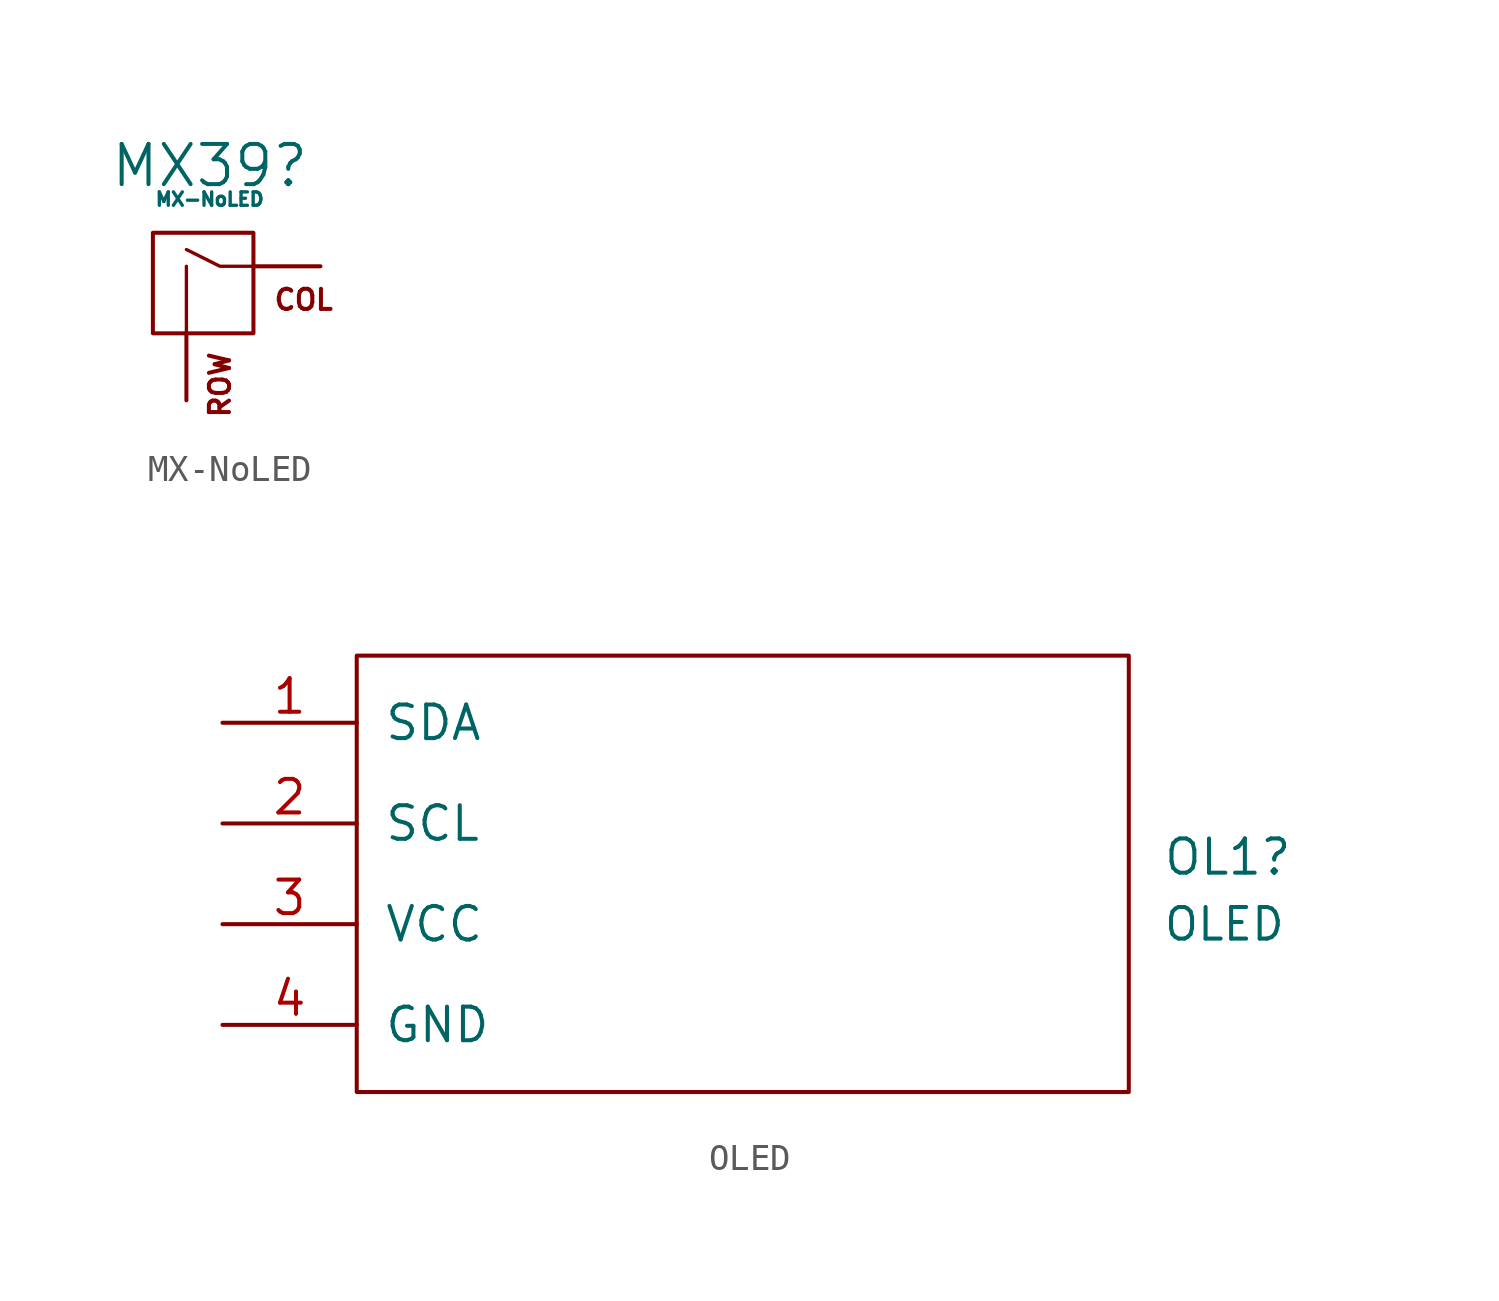
<source format=kicad_sym>
(kicad_symbol_lib
  (version 20201005)
  (generator kicad_symbol_editor)
  (symbol "static:MX-NoLED"
    (pin_names
      (offset 1.016))
    (property "Reference" "MX39"
      (at -0.385 5.08 0)
      (effects (font (size 1.524 1.524))))
    (property "Value" "MX-NoLED"
      (at -0.385 3.81 0)
      (effects (font (size 0.508 0.508))))
    (symbol "MX-NoLED_0_0"
      (text "COL" (at 3.175 0 0) (effects (font (size 0.762 0.762))))
      (text "ROW" (at 0 -1.905 900) (effects (font (size 0.762 0.762)) (justify right)))
      (rectangle (start -2.54 2.54) (end 1.27 -1.27) (stroke (width 0)) (fill (type none)))
      (polyline (pts (xy -1.27 -1.27) (xy -1.27 1.27)) (stroke (width 0.127)) (fill (type none)))
      (polyline (pts (xy 1.27 1.27) (xy 0 1.27) (xy -1.27 1.905)) (stroke (width 0.127)) (fill (type none))))
    (symbol "MX-NoLED_1_1"
      (pin passive line (at 3.81 1.27 180) (length 2.54) (name "COL" (effects (font (size 0 0)))) (number "1" (effects (font (size 0 0)))))
      (pin passive line (at -1.27 -3.81 90) (length 2.54) (name "ROW" (effects (font (size 0 0)))) (number "2" (effects (font (size 0 0)))))))
  (symbol "static:OLED"
    (pin_names
      (offset 1.016))
    (property "Reference" "OL1"
      (at 16.51 1.27 0)
      (effects (font (size 1.295 1.295)) (justify left)))
    (property "Value" "OLED"
      (at 16.51 -1.27 0)
      (effects (font (size 1.194 1.194)) (justify left)))
    (symbol "OLED_0_1"
      (rectangle (start -13.97 8.89) (end 15.24 -7.62) (stroke (width 0)) (fill (type none))))
    (symbol "OLED_1_1"
      (pin bidirectional line (at -19.05 6.35 0) (length 5.08) (name "SDA" (effects (font (size 1.27 1.27)))) (number "1" (effects (font (size 1.27 1.27)))))
      (pin bidirectional line (at -19.05 2.54 0) (length 5.08) (name "SCL" (effects (font (size 1.27 1.27)))) (number "2" (effects (font (size 1.27 1.27)))))
      (pin power_in line (at -19.05 -1.27 0) (length 5.08) (name "VCC" (effects (font (size 1.27 1.27)))) (number "3" (effects (font (size 1.27 1.27)))))
      (pin power_in line (at -19.05 -5.08 0) (length 5.08) (name "GND" (effects (font (size 1.27 1.27)))) (number "4" (effects (font (size 1.27 1.27))))))))
</source>
